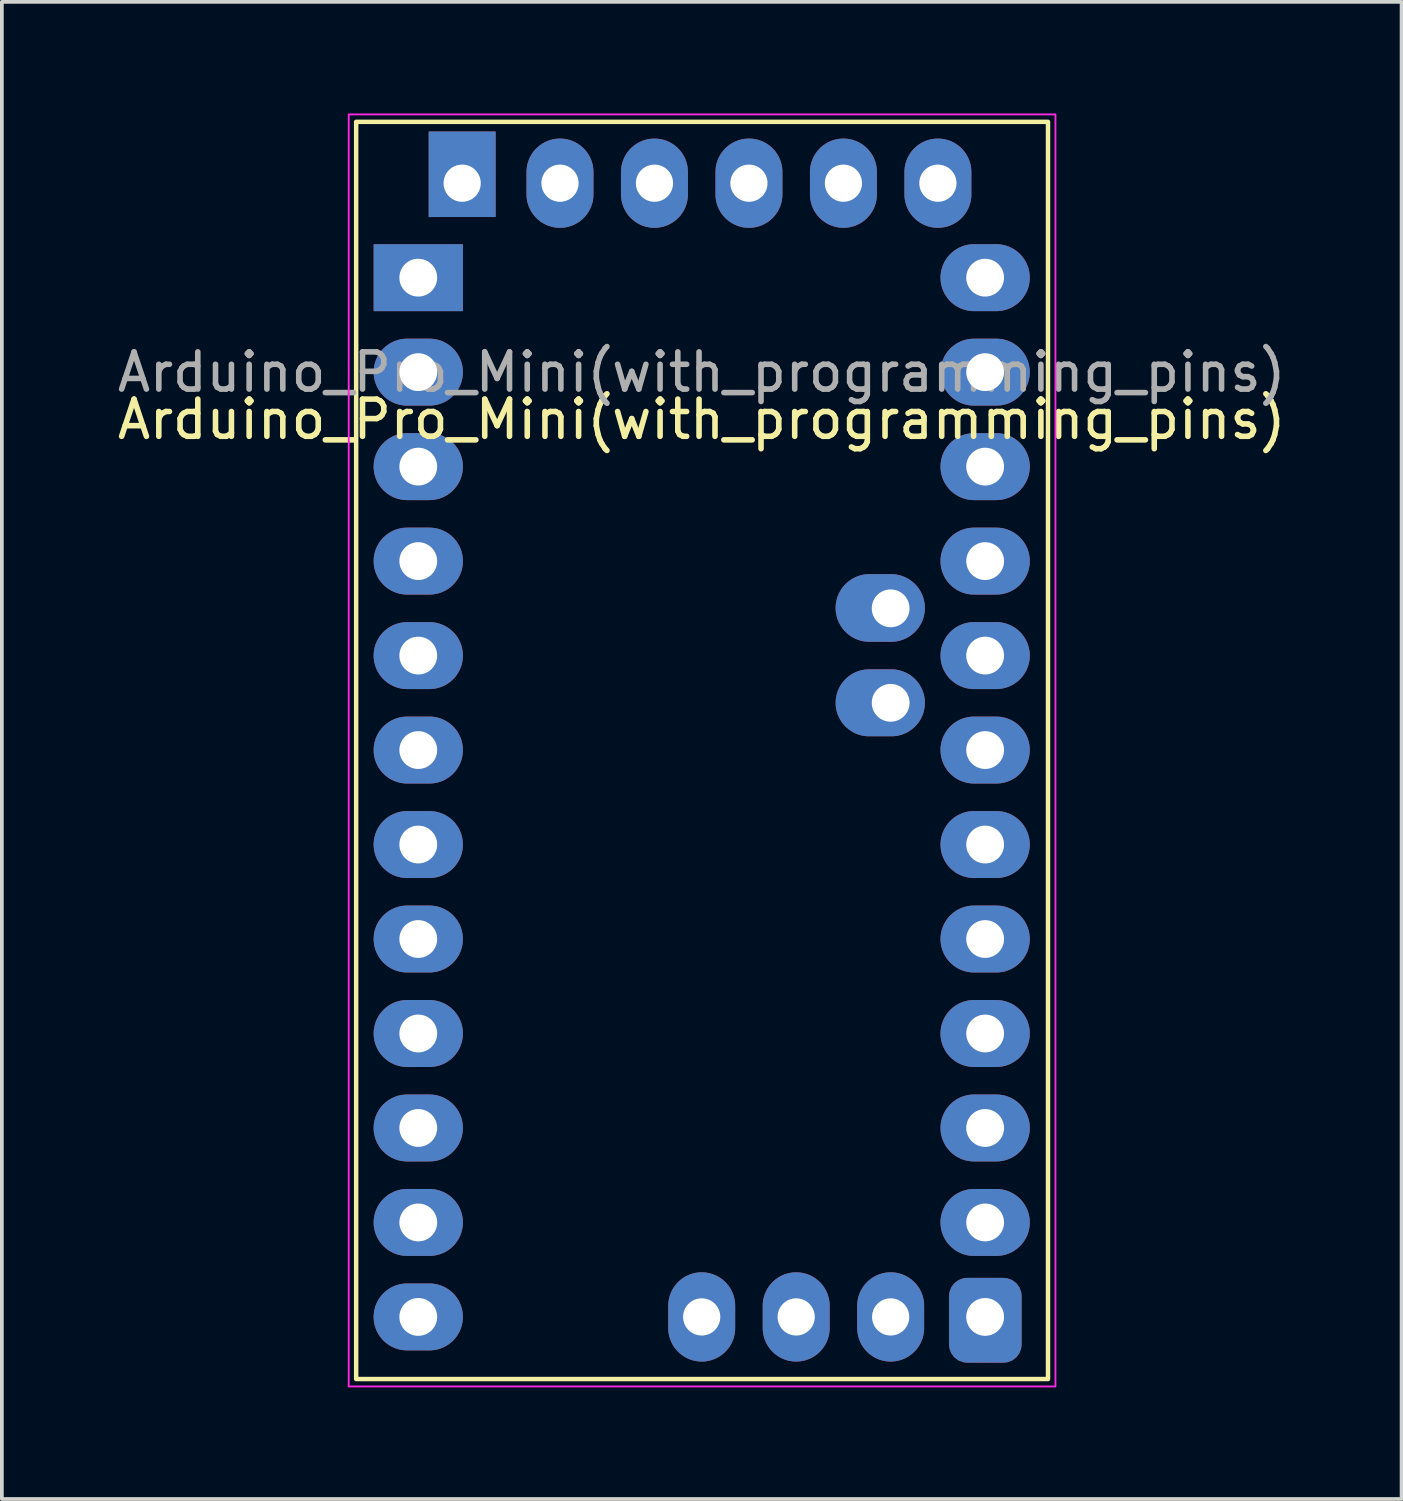
<source format=kicad_pcb>
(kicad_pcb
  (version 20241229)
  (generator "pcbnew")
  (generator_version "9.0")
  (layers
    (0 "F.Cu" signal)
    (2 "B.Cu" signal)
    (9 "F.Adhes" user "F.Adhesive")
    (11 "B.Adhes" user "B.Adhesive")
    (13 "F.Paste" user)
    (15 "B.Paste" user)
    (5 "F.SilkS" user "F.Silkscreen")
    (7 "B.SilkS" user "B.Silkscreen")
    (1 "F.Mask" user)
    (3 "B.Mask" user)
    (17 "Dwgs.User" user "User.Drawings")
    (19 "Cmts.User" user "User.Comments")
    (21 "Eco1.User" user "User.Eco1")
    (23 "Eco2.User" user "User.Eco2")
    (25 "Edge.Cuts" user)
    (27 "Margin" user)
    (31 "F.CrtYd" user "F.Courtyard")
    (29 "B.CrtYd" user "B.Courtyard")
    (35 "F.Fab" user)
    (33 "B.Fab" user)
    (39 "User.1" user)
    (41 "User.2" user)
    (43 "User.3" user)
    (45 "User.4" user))
  (footprint "Arduino_Pro_Mini(with_programming_pins)"
    (layer "F.Cu")
    (at 15.815 18.385)
    (property "Reference" "Arduino_Pro_Mini(with_programming_pins)" (at 0 -10.16 0) (unlocked yes) (layer "F.SilkS") (effects (font (size 1 1) (thickness 0.15))))
    (attr through_hole)
    (fp_rect (start -9.29 -18.16) (end 9.31 15.64) (stroke (width 0.12) (type solid)) (fill no) (layer "F.SilkS"))
    (fp_rect (start -8.89 -17.78) (end 8.89 15.24) (stroke (width 0.12) (type solid)) (fill no) (layer "F.Paste"))
    (fp_rect (start -9.49 -18.36) (end 9.51 15.84) (stroke (width 0.05) (type solid)) (fill no) (layer "F.CrtYd"))
    (fp_text user "${REFERENCE}" (at 0 -11.43 0) (unlocked yes) (layer "F.Fab") (effects (font (size 1 1) (thickness 0.15))))
    (pad "1" thru_hole rect (at -7.62 -13.97) (size 2.4 1.8) (drill 1.016) (layers "*.Cu" "*.Mask"))
    (pad "1" thru_hole oval (at -3.81 -16.51) (size 1.8 2.4) (drill 1) (layers "*.Cu" "*.Mask"))
    (pad "2" thru_hole oval (at -7.62 -11.43) (size 2.4 1.8) (drill 1.016) (layers "*.Cu" "*.Mask"))
    (pad "2" thru_hole oval (at -1.27 -16.51) (size 1.8 2.4) (drill 1) (layers "*.Cu" "*.Mask"))
    (pad "3" thru_hole oval (at -7.62 -8.89) (size 2.4 1.8) (drill 1.016) (layers "*.Cu" "*.Mask"))
    (pad "3" thru_hole oval (at 7.62 -8.89) (size 2.4 1.8) (drill 1.016) (layers "*.Cu" "*.Mask"))
    (pad "4" thru_hole oval (at -7.62 -6.35) (size 2.4 1.8) (drill 1.016) (layers "*.Cu" "*.Mask"))
    (pad "5" thru_hole oval (at -7.62 -3.81) (size 2.4 1.8) (drill 1.016) (layers "*.Cu" "*.Mask"))
    (pad "6" thru_hole oval (at -7.62 -1.27) (size 2.4 1.8) (drill 1.016) (layers "*.Cu" "*.Mask"))
    (pad "7" thru_hole oval (at -7.62 1.27) (size 2.4 1.8) (drill 1.016) (layers "*.Cu" "*.Mask"))
    (pad "8" thru_hole oval (at -7.62 3.81) (size 2.4 1.8) (drill 1.016) (layers "*.Cu" "*.Mask"))
    (pad "9" thru_hole oval (at -7.62 6.35) (size 2.4 1.8) (drill 1.016) (layers "*.Cu" "*.Mask"))
    (pad "10" thru_hole oval (at -7.62 8.89) (size 2.4 1.8) (drill 1.016) (layers "*.Cu" "*.Mask"))
    (pad "11" thru_hole oval (at -7.62 11.43) (size 2.4 1.8) (drill 1.016) (layers "*.Cu" "*.Mask"))
    (pad "12" thru_hole oval (at -7.62 13.97) (size 2.4 1.8) (drill 1.016) (layers "*.Cu" "*.Mask"))
    (pad "13" thru_hole oval (at 0 13.97) (size 1.8 2.4) (drill 1) (layers "*.Cu" "*.Mask"))
    (pad "14" thru_hole oval (at 2.54 13.97) (size 1.8 2.4) (drill 1) (layers "*.Cu" "*.Mask"))
    (pad "15" thru_hole oval (at 5.08 13.97) (size 1.8 2.4) (drill 1) (layers "*.Cu" "*.Mask"))
    (pad "16" thru_hole roundrect (at 7.62 13.97) (size 1.95 2.28) (drill 1.016 (offset 0.005 0.09)) (layers "*.Cu" "*.Mask") (roundrect_rratio 0.25))
    (pad "17" thru_hole oval (at 7.62 11.43) (size 2.4 1.8) (drill 1.016) (layers "*.Cu" "*.Mask"))
    (pad "18" thru_hole oval (at 7.62 8.89) (size 2.4 1.8) (drill 1.016) (layers "*.Cu" "*.Mask"))
    (pad "19" thru_hole oval (at 7.62 6.35) (size 2.4 1.8) (drill 1.016) (layers "*.Cu" "*.Mask"))
    (pad "20" thru_hole oval (at 7.62 3.81) (size 2.4 1.8) (drill 1.016) (layers "*.Cu" "*.Mask"))
    (pad "21" thru_hole oval (at 7.62 1.27) (size 2.4 1.8) (drill 1.016) (layers "*.Cu" "*.Mask"))
    (pad "22" thru_hole oval (at 7.62 -1.27) (size 2.4 1.8) (drill 1.016) (layers "*.Cu" "*.Mask"))
    (pad "23" thru_hole oval (at 7.62 -3.81) (size 2.4 1.8) (drill 1.016) (layers "*.Cu" "*.Mask"))
    (pad "24" thru_hole oval (at 7.62 -6.35) (size 2.4 1.8) (drill 1.016) (layers "*.Cu" "*.Mask"))
    (pad "26" thru_hole oval (at 7.62 -11.43) (size 2.4 1.8) (drill 1.016) (layers "*.Cu" "*.Mask"))
    (pad "27" thru_hole oval (at 7.62 -13.97) (size 2.4 1.8) (drill 1.016) (layers "*.Cu" "*.Mask"))
    (pad "28" thru_hole oval (at 6.35 -16.51) (size 1.8 2.4) (drill 1) (layers "*.Cu" "*.Mask"))
    (pad "29" thru_hole oval (at 3.81 -16.51) (size 1.8 2.4) (drill 1) (layers "*.Cu" "*.Mask"))
    (pad "30" thru_hole oval (at 1.27 -16.51) (size 1.8 2.4) (drill 1) (layers "*.Cu" "*.Mask"))
    (pad "31" thru_hole rect (at -6.44 -16.51) (size 1.8 2.3) (drill 1 (offset 0 -0.24)) (layers "*.Cu" "*.Mask"))
    (pad "32" thru_hole oval (at 5.08 -5.08) (size 2.4 1.82) (drill 1.016 (offset -0.28 -0.01)) (layers "*.Cu" "*.Mask"))
    (pad "33" thru_hole oval (at 5.08 -2.54) (size 2.4 1.8) (drill 1.016 (offset -0.28 0)) (layers "*.Cu" "*.Mask")))
  (gr_rect
    (start -3 -3)
    (end 34.631 37.25)
    (stroke (width 0.1) (type default))
    (fill no)
    (layer "Edge.Cuts")))
</source>
